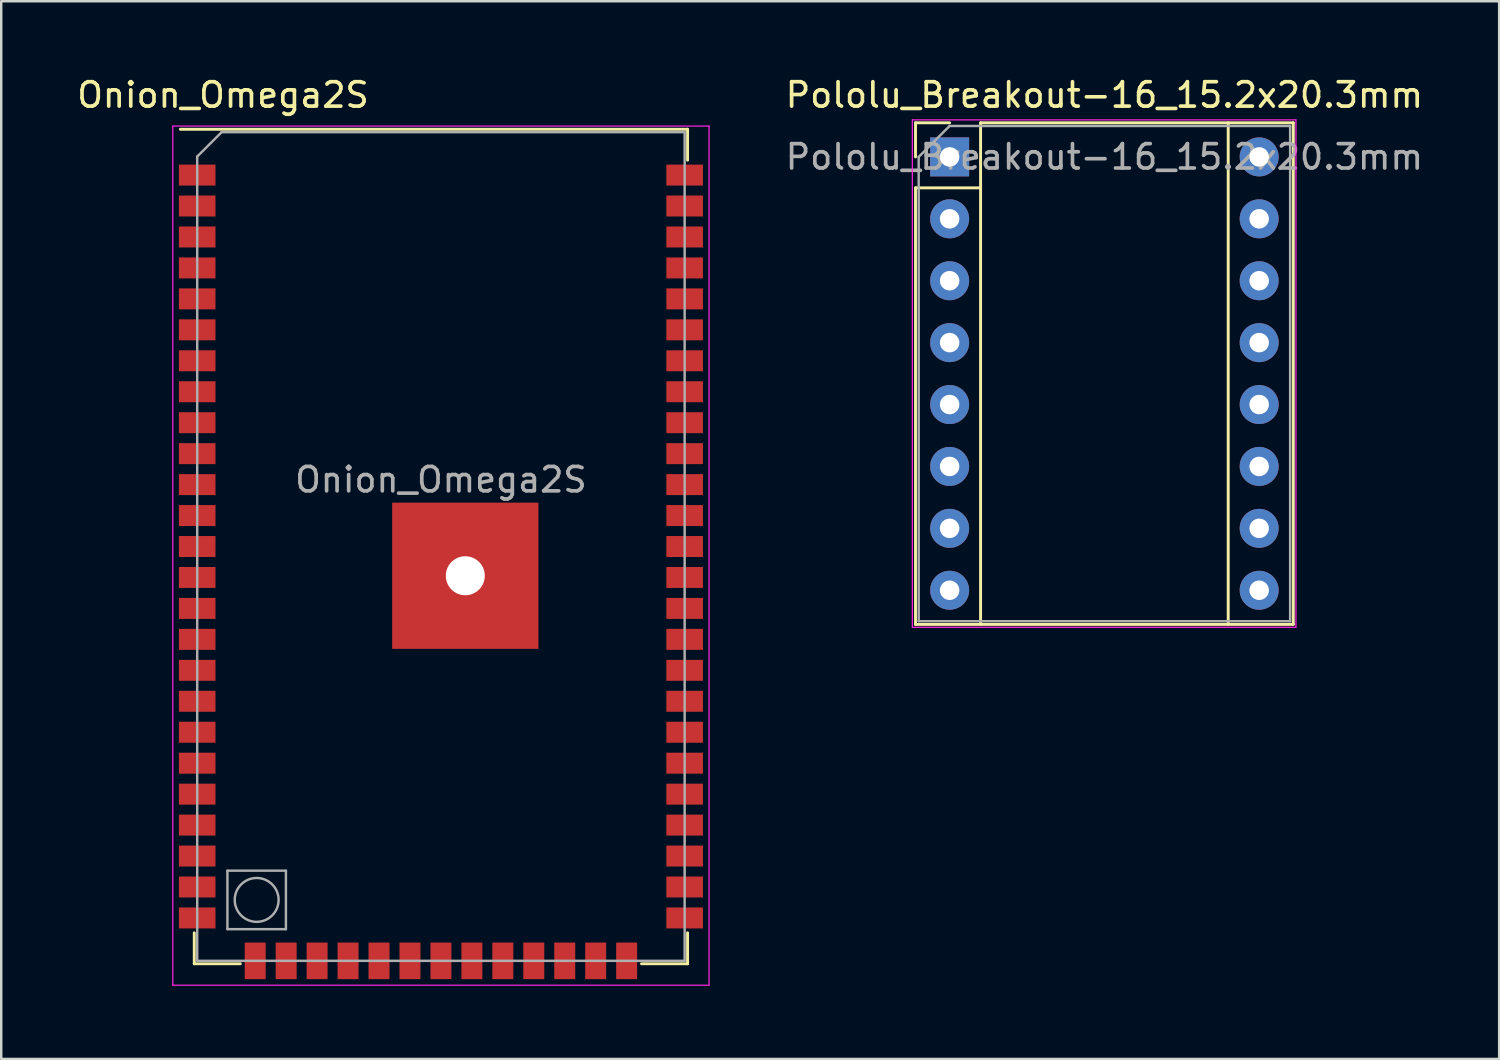
<source format=kicad_pcb>
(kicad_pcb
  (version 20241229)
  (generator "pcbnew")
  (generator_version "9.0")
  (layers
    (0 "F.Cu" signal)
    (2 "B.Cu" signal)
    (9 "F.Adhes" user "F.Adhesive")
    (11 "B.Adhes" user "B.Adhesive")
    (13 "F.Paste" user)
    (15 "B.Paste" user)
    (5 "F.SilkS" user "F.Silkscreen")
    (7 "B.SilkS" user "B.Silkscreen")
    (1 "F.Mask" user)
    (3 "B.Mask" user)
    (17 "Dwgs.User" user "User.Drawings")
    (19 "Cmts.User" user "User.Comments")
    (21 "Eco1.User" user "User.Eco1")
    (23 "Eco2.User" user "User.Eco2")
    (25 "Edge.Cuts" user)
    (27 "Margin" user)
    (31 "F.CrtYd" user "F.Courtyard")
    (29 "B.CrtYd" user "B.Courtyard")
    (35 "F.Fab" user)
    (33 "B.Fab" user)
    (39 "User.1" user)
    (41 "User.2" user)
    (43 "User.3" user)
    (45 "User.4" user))
  (footprint "Pololu_Breakout-16_15.2x20.3mm"
    (layer "F.Cu")
    (at 35.913 3.388)
    (property "Reference" "Pololu_Breakout-16_15.2x20.3mm" (at 6.35 -2.54 0) (layer "F.SilkS") (effects (font (size 1 1) (thickness 0.15))))
    (attr through_hole)
    (fp_line (start -1.4 -1.4) (end -1.4 0) (stroke (width 0.12) (type solid)) (layer "F.SilkS"))
    (fp_line (start -1.4 1.27) (end -1.4 19.18) (stroke (width 0.12) (type solid)) (layer "F.SilkS"))
    (fp_line (start -1.4 19.18) (end 14.1 19.18) (stroke (width 0.12) (type solid)) (layer "F.SilkS"))
    (fp_line (start 0 -1.4) (end -1.4 -1.4) (stroke (width 0.12) (type solid)) (layer "F.SilkS"))
    (fp_line (start 1.27 -1.4) (end 1.27 1.27) (stroke (width 0.12) (type solid)) (layer "F.SilkS"))
    (fp_line (start 1.27 1.27) (end -1.4 1.27) (stroke (width 0.12) (type solid)) (layer "F.SilkS"))
    (fp_line (start 1.27 1.27) (end 1.27 19.18) (stroke (width 0.12) (type solid)) (layer "F.SilkS"))
    (fp_line (start 11.43 -1.4) (end 11.43 19.18) (stroke (width 0.12) (type solid)) (layer "F.SilkS"))
    (fp_line (start 14.1 -1.4) (end 1.27 -1.4) (stroke (width 0.12) (type solid)) (layer "F.SilkS"))
    (fp_line (start 14.1 19.18) (end 14.1 -1.4) (stroke (width 0.12) (type solid)) (layer "F.SilkS"))
    (fp_line (start -1.53 -1.52) (end -1.53 19.3) (stroke (width 0.05) (type solid)) (layer "F.CrtYd"))
    (fp_line (start -1.53 -1.52) (end 14.21 -1.52) (stroke (width 0.05) (type solid)) (layer "F.CrtYd"))
    (fp_line (start 14.21 19.3) (end -1.53 19.3) (stroke (width 0.05) (type solid)) (layer "F.CrtYd"))
    (fp_line (start 14.21 19.3) (end 14.21 -1.52) (stroke (width 0.05) (type solid)) (layer "F.CrtYd"))
    (fp_line (start -1.27 0) (end 0 -1.27) (stroke (width 0.1) (type solid)) (layer "F.Fab"))
    (fp_line (start -1.27 19.05) (end -1.27 0) (stroke (width 0.1) (type solid)) (layer "F.Fab"))
    (fp_line (start 0 -1.27) (end 13.97 -1.27) (stroke (width 0.1) (type solid)) (layer "F.Fab"))
    (fp_line (start 13.97 -1.27) (end 13.97 19.05) (stroke (width 0.1) (type solid)) (layer "F.Fab"))
    (fp_line (start 13.97 19.05) (end -1.27 19.05) (stroke (width 0.1) (type solid)) (layer "F.Fab"))
    (fp_text user "${REFERENCE}" (at 6.35 0 0) (layer "F.Fab") (effects (font (size 1 1) (thickness 0.15))))
    (pad "1" thru_hole rect (at 0 0) (size 1.6 1.6) (drill 0.8) (layers "*.Cu" "*.Mask"))
    (pad "2" thru_hole oval (at 0 2.54) (size 1.6 1.6) (drill 0.8) (layers "*.Cu" "*.Mask"))
    (pad "3" thru_hole oval (at 0 5.08) (size 1.6 1.6) (drill 0.8) (layers "*.Cu" "*.Mask"))
    (pad "4" thru_hole oval (at 0 7.62) (size 1.6 1.6) (drill 0.8) (layers "*.Cu" "*.Mask"))
    (pad "5" thru_hole oval (at 0 10.16) (size 1.6 1.6) (drill 0.8) (layers "*.Cu" "*.Mask"))
    (pad "6" thru_hole oval (at 0 12.7) (size 1.6 1.6) (drill 0.8) (layers "*.Cu" "*.Mask"))
    (pad "7" thru_hole oval (at 0 15.24) (size 1.6 1.6) (drill 0.8) (layers "*.Cu" "*.Mask"))
    (pad "8" thru_hole oval (at 0 17.78) (size 1.6 1.6) (drill 0.8) (layers "*.Cu" "*.Mask"))
    (pad "9" thru_hole oval (at 12.7 17.78) (size 1.6 1.6) (drill 0.8) (layers "*.Cu" "*.Mask"))
    (pad "10" thru_hole oval (at 12.7 15.24) (size 1.6 1.6) (drill 0.8) (layers "*.Cu" "*.Mask"))
    (pad "11" thru_hole oval (at 12.7 12.7) (size 1.6 1.6) (drill 0.8) (layers "*.Cu" "*.Mask"))
    (pad "12" thru_hole oval (at 12.7 10.16) (size 1.6 1.6) (drill 0.8) (layers "*.Cu" "*.Mask"))
    (pad "13" thru_hole oval (at 12.7 7.62) (size 1.6 1.6) (drill 0.8) (layers "*.Cu" "*.Mask"))
    (pad "14" thru_hole oval (at 12.7 5.08) (size 1.6 1.6) (drill 0.8) (layers "*.Cu" "*.Mask"))
    (pad "15" thru_hole oval (at 12.7 2.54) (size 1.6 1.6) (drill 0.8) (layers "*.Cu" "*.Mask"))
    (pad "16" thru_hole oval (at 12.7 0) (size 1.6 1.6) (drill 0.8) (layers "*.Cu" "*.Mask")))
  (footprint "Onion_Omega2S"
    (layer "F.Cu")
    (at 15.041 19.373)
    (property "Reference" "Onion_Omega2S" (at -8.94 -18.525 0) (layer "F.SilkS") (effects (font (size 1 1) (thickness 0.15))))
    (attr smd)
    (fp_line (start -10.12 15.85) (end -10.12 17.12) (stroke (width 0.12) (type solid)) (layer "F.SilkS"))
    (fp_line (start -10.12 17.12) (end -8.23 17.12) (stroke (width 0.12) (type solid)) (layer "F.SilkS"))
    (fp_line (start 8.23 17.12) (end 10.12 17.12) (stroke (width 0.12) (type solid)) (layer "F.SilkS"))
    (fp_line (start 10.12 -17.12) (end -10.69 -17.12) (stroke (width 0.12) (type solid)) (layer "F.SilkS"))
    (fp_line (start 10.12 -17.12) (end 10.12 -15.85) (stroke (width 0.12) (type solid)) (layer "F.SilkS"))
    (fp_line (start 10.12 15.85) (end 10.12 17.12) (stroke (width 0.12) (type solid)) (layer "F.SilkS"))
    (fp_line (start -11 -17.25) (end -11 18) (stroke (width 0.05) (type solid)) (layer "F.CrtYd"))
    (fp_line (start -11 18) (end 11 18) (stroke (width 0.05) (type solid)) (layer "F.CrtYd"))
    (fp_line (start 11 -17.25) (end -11 -17.25) (stroke (width 0.05) (type solid)) (layer "F.CrtYd"))
    (fp_line (start 11 18) (end 11 -17.25) (stroke (width 0.05) (type solid)) (layer "F.CrtYd"))
    (fp_line (start -10 -16) (end -10 17) (stroke (width 0.1) (type solid)) (layer "F.Fab"))
    (fp_line (start -10 -16) (end -9 -17) (stroke (width 0.1) (type solid)) (layer "F.Fab"))
    (fp_line (start -10 17) (end 10 17) (stroke (width 0.1) (type solid)) (layer "F.Fab"))
    (fp_line (start -8.76 13.3) (end -8.76 15.7) (stroke (width 0.1) (type solid)) (layer "F.Fab"))
    (fp_line (start -8.76 15.7) (end -6.36 15.7) (stroke (width 0.1) (type solid)) (layer "F.Fab"))
    (fp_line (start -6.36 13.3) (end -8.76 13.3) (stroke (width 0.1) (type solid)) (layer "F.Fab"))
    (fp_line (start -6.36 15.7) (end -6.36 13.3) (stroke (width 0.1) (type solid)) (layer "F.Fab"))
    (fp_line (start 10 -17) (end -9 -17) (stroke (width 0.1) (type solid)) (layer "F.Fab"))
    (fp_line (start 10 17) (end 10 -17) (stroke (width 0.1) (type solid)) (layer "F.Fab"))
    (fp_circle (center -7.56 14.5) (end -6.66 14.5) (stroke (width 0.1) (type solid)) (fill no) (layer "F.Fab"))
    (fp_text user "${REFERENCE}" (at 0 -2.74 0) (layer "F.Fab") (effects (font (size 1 1) (thickness 0.15))))
    (pad "" smd roundrect (at -1.333 -1.123) (size 1 1) (layers "F.Paste") (roundrect_rratio 0.25))
    (pad "" smd roundrect (at -1.333 0.041) (size 1 1) (layers "F.Paste") (roundrect_rratio 0.25))
    (pad "" smd roundrect (at -1.333 1.205) (size 1 1) (layers "F.Paste") (roundrect_rratio 0.25))
    (pad "" smd roundrect (at -1.333 2.369) (size 1 1) (layers "F.Paste") (roundrect_rratio 0.25))
    (pad "" smd roundrect (at -1.333 3.533) (size 1 1) (layers "F.Paste") (roundrect_rratio 0.25))
    (pad "" smd roundrect (at -0.167 -1.123) (size 1 1) (layers "F.Paste") (roundrect_rratio 0.25))
    (pad "" smd roundrect (at -0.167 0.041) (size 1 1) (layers "F.Paste") (roundrect_rratio 0.25))
    (pad "" smd roundrect (at -0.167 1.205) (size 1 1) (layers "F.Paste") (roundrect_rratio 0.25))
    (pad "" smd roundrect (at -0.167 2.369) (size 1 1) (layers "F.Paste") (roundrect_rratio 0.25))
    (pad "" smd roundrect (at -0.167 3.533) (size 1 1) (layers "F.Paste") (roundrect_rratio 0.25))
    (pad "" smd roundrect (at 0.999 -1.123) (size 1 1) (layers "F.Paste") (roundrect_rratio 0.25))
    (pad "" smd roundrect (at 0.999 0.041) (size 1 1) (layers "F.Paste") (roundrect_rratio 0.25))
    (pad "" smd roundrect (at 0.999 1.205) (size 1 1) (layers "F.Paste") (roundrect_rratio 0.25))
    (pad "" smd roundrect (at 0.999 2.369) (size 1 1) (layers "F.Paste") (roundrect_rratio 0.25))
    (pad "" smd roundrect (at 0.999 3.533) (size 1 1) (layers "F.Paste") (roundrect_rratio 0.25))
    (pad "" np_thru_hole circle (at 1 1.2) (size 1.6 1.6) (drill 1.6) (layers "*.Cu" "*.Mask"))
    (pad "" smd roundrect (at 2.164 -1.123) (size 1 1) (layers "F.Paste") (roundrect_rratio 0.25))
    (pad "" smd roundrect (at 2.164 0.041) (size 1 1) (layers "F.Paste") (roundrect_rratio 0.25))
    (pad "" smd roundrect (at 2.164 1.205) (size 1 1) (layers "F.Paste") (roundrect_rratio 0.25))
    (pad "" smd roundrect (at 2.164 2.369) (size 1 1) (layers "F.Paste") (roundrect_rratio 0.25))
    (pad "" smd roundrect (at 2.164 3.533) (size 1 1) (layers "F.Paste") (roundrect_rratio 0.25))
    (pad "" smd roundrect (at 3.33 -1.123) (size 1 1) (layers "F.Paste") (roundrect_rratio 0.25))
    (pad "" smd roundrect (at 3.33 0.041) (size 1 1) (layers "F.Paste") (roundrect_rratio 0.25))
    (pad "" smd roundrect (at 3.33 1.205) (size 1 1) (layers "F.Paste") (roundrect_rratio 0.25))
    (pad "" smd roundrect (at 3.33 2.369) (size 1 1) (layers "F.Paste") (roundrect_rratio 0.25))
    (pad "" smd roundrect (at 3.33 3.533) (size 1 1) (layers "F.Paste") (roundrect_rratio 0.25))
    (pad "1" smd rect (at -10 -15.24) (size 1.5 0.86) (layers "F.Cu" "F.Mask" "F.Paste"))
    (pad "2" smd rect (at -10 -13.97) (size 1.5 0.86) (layers "F.Cu" "F.Mask" "F.Paste"))
    (pad "3" smd rect (at -10 -12.7) (size 1.5 0.86) (layers "F.Cu" "F.Mask" "F.Paste"))
    (pad "4" smd rect (at -10 -11.43) (size 1.5 0.86) (layers "F.Cu" "F.Mask" "F.Paste"))
    (pad "5" smd rect (at -10 -10.16) (size 1.5 0.86) (layers "F.Cu" "F.Mask" "F.Paste"))
    (pad "6" smd rect (at -10 -8.89) (size 1.5 0.86) (layers "F.Cu" "F.Mask" "F.Paste"))
    (pad "7" smd rect (at -10 -7.62) (size 1.5 0.86) (layers "F.Cu" "F.Mask" "F.Paste"))
    (pad "8" smd rect (at -10 -6.35) (size 1.5 0.86) (layers "F.Cu" "F.Mask" "F.Paste"))
    (pad "9" smd rect (at -10 -5.08) (size 1.5 0.86) (layers "F.Cu" "F.Mask" "F.Paste"))
    (pad "10" smd rect (at -10 -3.81) (size 1.5 0.86) (layers "F.Cu" "F.Mask" "F.Paste"))
    (pad "11" smd rect (at -10 -2.54) (size 1.5 0.86) (layers "F.Cu" "F.Mask" "F.Paste"))
    (pad "12" smd rect (at -10 -1.27) (size 1.5 0.86) (layers "F.Cu" "F.Mask" "F.Paste"))
    (pad "13" smd rect (at -10 0) (size 1.5 0.86) (layers "F.Cu" "F.Mask" "F.Paste"))
    (pad "14" smd rect (at -10 1.27) (size 1.5 0.86) (layers "F.Cu" "F.Mask" "F.Paste"))
    (pad "15" smd rect (at -10 2.54) (size 1.5 0.86) (layers "F.Cu" "F.Mask" "F.Paste"))
    (pad "16" smd rect (at -10 3.81) (size 1.5 0.86) (layers "F.Cu" "F.Mask" "F.Paste"))
    (pad "17" smd rect (at -10 5.08) (size 1.5 0.86) (layers "F.Cu" "F.Mask" "F.Paste"))
    (pad "18" smd rect (at -10 6.35) (size 1.5 0.86) (layers "F.Cu" "F.Mask" "F.Paste"))
    (pad "19" smd rect (at -10 7.62) (size 1.5 0.86) (layers "F.Cu" "F.Mask" "F.Paste"))
    (pad "20" smd rect (at -10 8.89) (size 1.5 0.86) (layers "F.Cu" "F.Mask" "F.Paste"))
    (pad "21" smd rect (at -10 10.16) (size 1.5 0.86) (layers "F.Cu" "F.Mask" "F.Paste"))
    (pad "22" smd rect (at -10 11.43) (size 1.5 0.86) (layers "F.Cu" "F.Mask" "F.Paste"))
    (pad "23" smd rect (at -10 12.7) (size 1.5 0.86) (layers "F.Cu" "F.Mask" "F.Paste"))
    (pad "24" smd rect (at -10 13.97) (size 1.5 0.86) (layers "F.Cu" "F.Mask" "F.Paste"))
    (pad "25" smd rect (at -10 15.24) (size 1.5 0.86) (layers "F.Cu" "F.Mask" "F.Paste"))
    (pad "26" smd rect (at -7.62 17) (size 0.86 1.5) (layers "F.Cu" "F.Mask" "F.Paste"))
    (pad "27" smd rect (at -6.35 17) (size 0.86 1.5) (layers "F.Cu" "F.Mask" "F.Paste"))
    (pad "28" smd rect (at -5.08 17) (size 0.86 1.5) (layers "F.Cu" "F.Mask" "F.Paste"))
    (pad "29" smd rect (at -3.81 17) (size 0.86 1.5) (layers "F.Cu" "F.Mask" "F.Paste"))
    (pad "30" smd rect (at -2.54 17) (size 0.86 1.5) (layers "F.Cu" "F.Mask" "F.Paste"))
    (pad "31" smd rect (at -1.27 17) (size 0.86 1.5) (layers "F.Cu" "F.Mask" "F.Paste"))
    (pad "32" smd rect (at 0 17) (size 0.86 1.5) (layers "F.Cu" "F.Mask" "F.Paste"))
    (pad "33" smd rect (at 1.27 17) (size 0.86 1.5) (layers "F.Cu" "F.Mask" "F.Paste"))
    (pad "34" smd rect (at 2.54 17) (size 0.86 1.5) (layers "F.Cu" "F.Mask" "F.Paste"))
    (pad "35" smd rect (at 3.81 17) (size 0.86 1.5) (layers "F.Cu" "F.Mask" "F.Paste"))
    (pad "36" smd rect (at 5.08 17) (size 0.86 1.5) (layers "F.Cu" "F.Mask" "F.Paste"))
    (pad "37" smd rect (at 6.35 17) (size 0.86 1.5) (layers "F.Cu" "F.Mask" "F.Paste"))
    (pad "38" smd rect (at 7.62 17) (size 0.86 1.5) (layers "F.Cu" "F.Mask" "F.Paste"))
    (pad "39" smd rect (at 10 15.24) (size 1.5 0.86) (layers "F.Cu" "F.Mask" "F.Paste"))
    (pad "40" smd rect (at 10 13.97) (size 1.5 0.86) (layers "F.Cu" "F.Mask" "F.Paste"))
    (pad "41" smd rect (at 10 12.7) (size 1.5 0.86) (layers "F.Cu" "F.Mask" "F.Paste"))
    (pad "42" smd rect (at 10 11.43) (size 1.5 0.86) (layers "F.Cu" "F.Mask" "F.Paste"))
    (pad "43" smd rect (at 10 10.16) (size 1.5 0.86) (layers "F.Cu" "F.Mask" "F.Paste"))
    (pad "44" smd rect (at 10 8.89) (size 1.5 0.86) (layers "F.Cu" "F.Mask" "F.Paste"))
    (pad "45" smd rect (at 10 7.62) (size 1.5 0.86) (layers "F.Cu" "F.Mask" "F.Paste"))
    (pad "46" smd rect (at 10 6.35) (size 1.5 0.86) (layers "F.Cu" "F.Mask" "F.Paste"))
    (pad "47" smd rect (at 10 5.08) (size 1.5 0.86) (layers "F.Cu" "F.Mask" "F.Paste"))
    (pad "48" smd rect (at 10 3.81) (size 1.5 0.86) (layers "F.Cu" "F.Mask" "F.Paste"))
    (pad "49" smd rect (at 10 2.54) (size 1.5 0.86) (layers "F.Cu" "F.Mask" "F.Paste"))
    (pad "50" smd rect (at 10 1.27) (size 1.5 0.86) (layers "F.Cu" "F.Mask" "F.Paste"))
    (pad "51" smd rect (at 10 0) (size 1.5 0.86) (layers "F.Cu" "F.Mask" "F.Paste"))
    (pad "52" smd rect (at 10 -1.27) (size 1.5 0.86) (layers "F.Cu" "F.Mask" "F.Paste"))
    (pad "53" smd rect (at 10 -2.54) (size 1.5 0.86) (layers "F.Cu" "F.Mask" "F.Paste"))
    (pad "54" smd rect (at 10 -3.81) (size 1.5 0.86) (layers "F.Cu" "F.Mask" "F.Paste"))
    (pad "55" smd rect (at 10 -5.08) (size 1.5 0.86) (layers "F.Cu" "F.Mask" "F.Paste"))
    (pad "56" smd rect (at 10 -6.35) (size 1.5 0.86) (layers "F.Cu" "F.Mask" "F.Paste"))
    (pad "57" smd rect (at 10 -7.62) (size 1.5 0.86) (layers "F.Cu" "F.Mask" "F.Paste"))
    (pad "58" smd rect (at 10 -8.89) (size 1.5 0.86) (layers "F.Cu" "F.Mask" "F.Paste"))
    (pad "59" smd rect (at 10 -10.16) (size 1.5 0.86) (layers "F.Cu" "F.Mask" "F.Paste"))
    (pad "60" smd rect (at 10 -11.43) (size 1.5 0.86) (layers "F.Cu" "F.Mask" "F.Paste"))
    (pad "61" smd rect (at 10 -12.7) (size 1.5 0.86) (layers "F.Cu" "F.Mask" "F.Paste"))
    (pad "62" smd rect (at 10 -13.97) (size 1.5 0.86) (layers "F.Cu" "F.Mask" "F.Paste"))
    (pad "63" smd rect (at 10 -15.24) (size 1.5 0.86) (layers "F.Cu" "F.Mask" "F.Paste"))
    (pad "64" smd rect (at 1 1.2) (size 6 6) (layers "F.Cu" "F.Mask")))
  (gr_rect
    (start -3 -3)
    (end 58.459 40.398)
    (stroke (width 0.1) (type default))
    (fill no)
    (layer "Edge.Cuts")))
</source>
